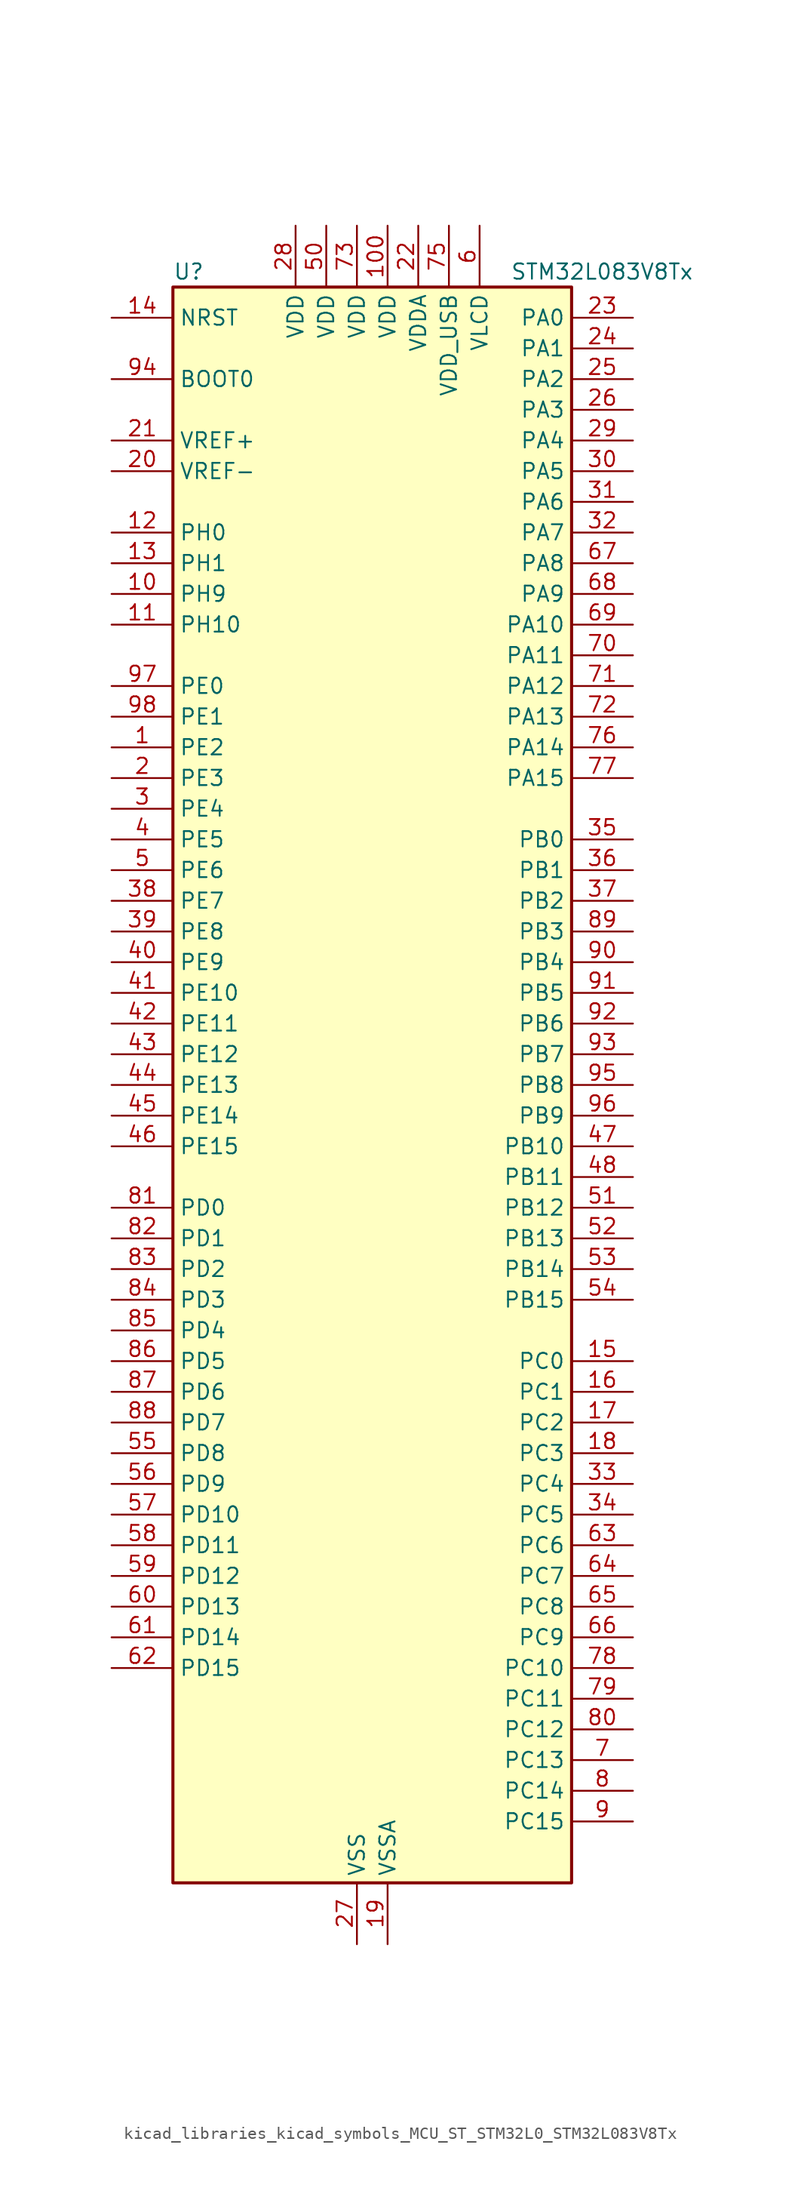
<source format=kicad_sym>
(kicad_symbol_lib
  (version 20220914)
  (generator kicad_symbol_editor)
  (symbol "kicad_libraries_kicad_symbols_MCU_ST_STM32L0_STM32L083V8Tx"
    (property "Reference" "U"
      (at -15.24 67.31 0)
      (effects (font (size 1.27 1.27)) (justify left)))
    (property "Value" "STM32L083V8Tx"
      (at 12.7 67.31 0)
      (effects (font (size 1.27 1.27)) (justify left)))
    (property "ki_locked" ""
      (at 0 0 0)
      (effects (font (size 1.27 1.27))))
    (symbol "kicad_libraries_kicad_symbols_MCU_ST_STM32L0_STM32L083V8Tx_0_1"
      (rectangle (start -15.24 -66.04) (end 17.78 66.04) (stroke (width 0.254) (type default)) (fill (type background))))
    (symbol "kicad_libraries_kicad_symbols_MCU_ST_STM32L0_STM32L083V8Tx_1_1"
      (pin bidirectional line (at -20.32 27.94 0) (length 5.08) (name "PE2" (effects (font (size 1.27 1.27)))) (number "1" (effects (font (size 1.27 1.27)))) (alternate "LCD_SEG38" bidirectional line) (alternate "TIM3_ETR" bidirectional line))
      (pin bidirectional line (at -20.32 40.64 0) (length 5.08) (name "PH9" (effects (font (size 1.27 1.27)))) (number "10" (effects (font (size 1.27 1.27)))) (alternate "DAC_EXTI9" bidirectional line))
      (pin power_in line (at 2.54 71.12 270) (length 5.08) (name "VDD" (effects (font (size 1.27 1.27)))) (number "100" (effects (font (size 1.27 1.27)))))
      (pin bidirectional line (at -20.32 38.1 0) (length 5.08) (name "PH10" (effects (font (size 1.27 1.27)))) (number "11" (effects (font (size 1.27 1.27)))))
      (pin bidirectional line (at -20.32 45.72 0) (length 5.08) (name "PH0" (effects (font (size 1.27 1.27)))) (number "12" (effects (font (size 1.27 1.27)))) (alternate "CRS_SYNC" bidirectional line) (alternate "RCC_OSC_IN" bidirectional line))
      (pin bidirectional line (at -20.32 43.18 0) (length 5.08) (name "PH1" (effects (font (size 1.27 1.27)))) (number "13" (effects (font (size 1.27 1.27)))) (alternate "RCC_OSC_OUT" bidirectional line))
      (pin input line (at -20.32 63.5 0) (length 5.08) (name "NRST" (effects (font (size 1.27 1.27)))) (number "14" (effects (font (size 1.27 1.27)))))
      (pin bidirectional line (at 22.86 -22.86 180) (length 5.08) (name "PC0" (effects (font (size 1.27 1.27)))) (number "15" (effects (font (size 1.27 1.27)))) (alternate "ADC_IN10" bidirectional line) (alternate "I2C3_SCL" bidirectional line) (alternate "LCD_SEG18" bidirectional line) (alternate "LPTIM1_IN1" bidirectional line) (alternate "LPUART1_RX" bidirectional line) (alternate "TSC_G7_IO1" bidirectional line))
      (pin bidirectional line (at 22.86 -25.4 180) (length 5.08) (name "PC1" (effects (font (size 1.27 1.27)))) (number "16" (effects (font (size 1.27 1.27)))) (alternate "ADC_IN11" bidirectional line) (alternate "I2C3_SDA" bidirectional line) (alternate "LCD_SEG19" bidirectional line) (alternate "LPTIM1_OUT" bidirectional line) (alternate "LPUART1_TX" bidirectional line) (alternate "TSC_G7_IO2" bidirectional line))
      (pin bidirectional line (at 22.86 -27.94 180) (length 5.08) (name "PC2" (effects (font (size 1.27 1.27)))) (number "17" (effects (font (size 1.27 1.27)))) (alternate "ADC_IN12" bidirectional line) (alternate "I2S2_MCK" bidirectional line) (alternate "LCD_SEG20" bidirectional line) (alternate "LPTIM1_IN2" bidirectional line) (alternate "SPI2_MISO" bidirectional line) (alternate "TSC_G7_IO3" bidirectional line))
      (pin bidirectional line (at 22.86 -30.48 180) (length 5.08) (name "PC3" (effects (font (size 1.27 1.27)))) (number "18" (effects (font (size 1.27 1.27)))) (alternate "ADC_IN13" bidirectional line) (alternate "I2S2_SD" bidirectional line) (alternate "LCD_SEG21" bidirectional line) (alternate "LPTIM1_ETR" bidirectional line) (alternate "SPI2_MOSI" bidirectional line) (alternate "TSC_G7_IO4" bidirectional line))
      (pin power_in line (at 2.54 -71.12 90) (length 5.08) (name "VSSA" (effects (font (size 1.27 1.27)))) (number "19" (effects (font (size 1.27 1.27)))))
      (pin bidirectional line (at -20.32 25.4 0) (length 5.08) (name "PE3" (effects (font (size 1.27 1.27)))) (number "2" (effects (font (size 1.27 1.27)))) (alternate "LCD_SEG39" bidirectional line) (alternate "TIM22_CH1" bidirectional line) (alternate "TIM3_CH1" bidirectional line))
      (pin input line (at -20.32 50.8 0) (length 5.08) (name "VREF-" (effects (font (size 1.27 1.27)))) (number "20" (effects (font (size 1.27 1.27)))))
      (pin input line (at -20.32 53.34 0) (length 5.08) (name "VREF+" (effects (font (size 1.27 1.27)))) (number "21" (effects (font (size 1.27 1.27)))))
      (pin power_in line (at 5.08 71.12 270) (length 5.08) (name "VDDA" (effects (font (size 1.27 1.27)))) (number "22" (effects (font (size 1.27 1.27)))))
      (pin bidirectional line (at 22.86 63.5 180) (length 5.08) (name "PA0" (effects (font (size 1.27 1.27)))) (number "23" (effects (font (size 1.27 1.27)))) (alternate "ADC_IN0" bidirectional line) (alternate "COMP1_INM" bidirectional line) (alternate "COMP1_OUT" bidirectional line) (alternate "RTC_TAMP2" bidirectional line) (alternate "SYS_WKUP1" bidirectional line) (alternate "TIM2_CH1" bidirectional line) (alternate "TIM2_ETR" bidirectional line) (alternate "TSC_G1_IO1" bidirectional line) (alternate "USART2_CTS" bidirectional line) (alternate "USART4_TX" bidirectional line))
      (pin bidirectional line (at 22.86 60.96 180) (length 5.08) (name "PA1" (effects (font (size 1.27 1.27)))) (number "24" (effects (font (size 1.27 1.27)))) (alternate "ADC_IN1" bidirectional line) (alternate "COMP1_INP" bidirectional line) (alternate "LCD_SEG0" bidirectional line) (alternate "TIM21_ETR" bidirectional line) (alternate "TIM2_CH2" bidirectional line) (alternate "TSC_G1_IO2" bidirectional line) (alternate "USART2_DE" bidirectional line) (alternate "USART2_RTS" bidirectional line) (alternate "USART4_RX" bidirectional line))
      (pin bidirectional line (at 22.86 58.42 180) (length 5.08) (name "PA2" (effects (font (size 1.27 1.27)))) (number "25" (effects (font (size 1.27 1.27)))) (alternate "ADC_IN2" bidirectional line) (alternate "COMP2_INM" bidirectional line) (alternate "COMP2_OUT" bidirectional line) (alternate "LCD_SEG1" bidirectional line) (alternate "LPUART1_TX" bidirectional line) (alternate "TIM21_CH1" bidirectional line) (alternate "TIM2_CH3" bidirectional line) (alternate "TSC_G1_IO3" bidirectional line) (alternate "USART2_TX" bidirectional line))
      (pin bidirectional line (at 22.86 55.88 180) (length 5.08) (name "PA3" (effects (font (size 1.27 1.27)))) (number "26" (effects (font (size 1.27 1.27)))) (alternate "ADC_IN3" bidirectional line) (alternate "COMP2_INP" bidirectional line) (alternate "LCD_SEG2" bidirectional line) (alternate "LPUART1_RX" bidirectional line) (alternate "TIM21_CH2" bidirectional line) (alternate "TIM2_CH4" bidirectional line) (alternate "TSC_G1_IO4" bidirectional line) (alternate "USART2_RX" bidirectional line))
      (pin power_in line (at 0 -71.12 90) (length 5.08) (name "VSS" (effects (font (size 1.27 1.27)))) (number "27" (effects (font (size 1.27 1.27)))))
      (pin power_in line (at -5.08 71.12 270) (length 5.08) (name "VDD" (effects (font (size 1.27 1.27)))) (number "28" (effects (font (size 1.27 1.27)))))
      (pin bidirectional line (at 22.86 53.34 180) (length 5.08) (name "PA4" (effects (font (size 1.27 1.27)))) (number "29" (effects (font (size 1.27 1.27)))) (alternate "ADC_IN4" bidirectional line) (alternate "COMP1_INM" bidirectional line) (alternate "COMP2_INM" bidirectional line) (alternate "DAC_OUT1" bidirectional line) (alternate "SPI1_NSS" bidirectional line) (alternate "TIM22_ETR" bidirectional line) (alternate "TSC_G2_IO1" bidirectional line) (alternate "USART2_CK" bidirectional line))
      (pin bidirectional line (at -20.32 22.86 0) (length 5.08) (name "PE4" (effects (font (size 1.27 1.27)))) (number "3" (effects (font (size 1.27 1.27)))) (alternate "TIM22_CH2" bidirectional line) (alternate "TIM3_CH2" bidirectional line))
      (pin bidirectional line (at 22.86 50.8 180) (length 5.08) (name "PA5" (effects (font (size 1.27 1.27)))) (number "30" (effects (font (size 1.27 1.27)))) (alternate "ADC_IN5" bidirectional line) (alternate "COMP1_INM" bidirectional line) (alternate "COMP2_INM" bidirectional line) (alternate "DAC_OUT2" bidirectional line) (alternate "SPI1_SCK" bidirectional line) (alternate "TIM2_CH1" bidirectional line) (alternate "TIM2_ETR" bidirectional line) (alternate "TSC_G2_IO2" bidirectional line))
      (pin bidirectional line (at 22.86 48.26 180) (length 5.08) (name "PA6" (effects (font (size 1.27 1.27)))) (number "31" (effects (font (size 1.27 1.27)))) (alternate "ADC_IN6" bidirectional line) (alternate "COMP1_OUT" bidirectional line) (alternate "LCD_SEG3" bidirectional line) (alternate "LPUART1_CTS" bidirectional line) (alternate "SPI1_MISO" bidirectional line) (alternate "TIM22_CH1" bidirectional line) (alternate "TIM3_CH1" bidirectional line) (alternate "TSC_G2_IO3" bidirectional line))
      (pin bidirectional line (at 22.86 45.72 180) (length 5.08) (name "PA7" (effects (font (size 1.27 1.27)))) (number "32" (effects (font (size 1.27 1.27)))) (alternate "ADC_IN7" bidirectional line) (alternate "COMP2_OUT" bidirectional line) (alternate "LCD_SEG4" bidirectional line) (alternate "SPI1_MOSI" bidirectional line) (alternate "TIM22_CH2" bidirectional line) (alternate "TIM3_CH2" bidirectional line) (alternate "TSC_G2_IO4" bidirectional line))
      (pin bidirectional line (at 22.86 -33.02 180) (length 5.08) (name "PC4" (effects (font (size 1.27 1.27)))) (number "33" (effects (font (size 1.27 1.27)))) (alternate "ADC_IN14" bidirectional line) (alternate "LCD_SEG22" bidirectional line) (alternate "LPUART1_TX" bidirectional line))
      (pin bidirectional line (at 22.86 -35.56 180) (length 5.08) (name "PC5" (effects (font (size 1.27 1.27)))) (number "34" (effects (font (size 1.27 1.27)))) (alternate "ADC_IN15" bidirectional line) (alternate "LCD_SEG23" bidirectional line) (alternate "LPUART1_RX" bidirectional line) (alternate "TSC_G3_IO1" bidirectional line))
      (pin bidirectional line (at 22.86 20.32 180) (length 5.08) (name "PB0" (effects (font (size 1.27 1.27)))) (number "35" (effects (font (size 1.27 1.27)))) (alternate "ADC_IN8" bidirectional line) (alternate "LCD_SEG5" bidirectional line) (alternate "LCD_VLCD3" bidirectional line) (alternate "SYS_VREF_OUT_PB0" bidirectional line) (alternate "TIM3_CH3" bidirectional line) (alternate "TSC_G3_IO2" bidirectional line))
      (pin bidirectional line (at 22.86 17.78 180) (length 5.08) (name "PB1" (effects (font (size 1.27 1.27)))) (number "36" (effects (font (size 1.27 1.27)))) (alternate "ADC_IN9" bidirectional line) (alternate "LCD_SEG6" bidirectional line) (alternate "LPUART1_DE" bidirectional line) (alternate "LPUART1_RTS" bidirectional line) (alternate "SYS_VREF_OUT_PB1" bidirectional line) (alternate "TIM3_CH4" bidirectional line) (alternate "TSC_G3_IO3" bidirectional line))
      (pin bidirectional line (at 22.86 15.24 180) (length 5.08) (name "PB2" (effects (font (size 1.27 1.27)))) (number "37" (effects (font (size 1.27 1.27)))) (alternate "I2C3_SMBA" bidirectional line) (alternate "LCD_VLCD2" bidirectional line) (alternate "LPTIM1_OUT" bidirectional line) (alternate "TSC_G3_IO4" bidirectional line))
      (pin bidirectional line (at -20.32 15.24 0) (length 5.08) (name "PE7" (effects (font (size 1.27 1.27)))) (number "38" (effects (font (size 1.27 1.27)))) (alternate "LCD_SEG45" bidirectional line) (alternate "USART5_CK" bidirectional line) (alternate "USART5_DE" bidirectional line) (alternate "USART5_RTS" bidirectional line))
      (pin bidirectional line (at -20.32 12.7 0) (length 5.08) (name "PE8" (effects (font (size 1.27 1.27)))) (number "39" (effects (font (size 1.27 1.27)))) (alternate "LCD_SEG46" bidirectional line) (alternate "USART4_TX" bidirectional line))
      (pin bidirectional line (at -20.32 20.32 0) (length 5.08) (name "PE5" (effects (font (size 1.27 1.27)))) (number "4" (effects (font (size 1.27 1.27)))) (alternate "TIM21_CH1" bidirectional line) (alternate "TIM3_CH3" bidirectional line))
      (pin bidirectional line (at -20.32 10.16 0) (length 5.08) (name "PE9" (effects (font (size 1.27 1.27)))) (number "40" (effects (font (size 1.27 1.27)))) (alternate "DAC_EXTI9" bidirectional line) (alternate "LCD_SEG47" bidirectional line) (alternate "TIM2_CH1" bidirectional line) (alternate "TIM2_ETR" bidirectional line) (alternate "USART4_RX" bidirectional line))
      (pin bidirectional line (at -20.32 7.62 0) (length 5.08) (name "PE10" (effects (font (size 1.27 1.27)))) (number "41" (effects (font (size 1.27 1.27)))) (alternate "LCD_SEG40" bidirectional line) (alternate "TIM2_CH2" bidirectional line) (alternate "USART5_TX" bidirectional line))
      (pin bidirectional line (at -20.32 5.08 0) (length 5.08) (name "PE11" (effects (font (size 1.27 1.27)))) (number "42" (effects (font (size 1.27 1.27)))) (alternate "ADC_EXTI11" bidirectional line) (alternate "LCD_VLCD1" bidirectional line) (alternate "TIM2_CH3" bidirectional line) (alternate "USART5_RX" bidirectional line))
      (pin bidirectional line (at -20.32 2.54 0) (length 5.08) (name "PE12" (effects (font (size 1.27 1.27)))) (number "43" (effects (font (size 1.27 1.27)))) (alternate "LCD_VLCD3" bidirectional line) (alternate "SPI1_NSS" bidirectional line) (alternate "TIM2_CH4" bidirectional line))
      (pin bidirectional line (at -20.32 0 0) (length 5.08) (name "PE13" (effects (font (size 1.27 1.27)))) (number "44" (effects (font (size 1.27 1.27)))) (alternate "LCD_SEG41" bidirectional line) (alternate "SPI1_SCK" bidirectional line))
      (pin bidirectional line (at -20.32 -2.54 0) (length 5.08) (name "PE14" (effects (font (size 1.27 1.27)))) (number "45" (effects (font (size 1.27 1.27)))) (alternate "LCD_SEG42" bidirectional line) (alternate "SPI1_MISO" bidirectional line))
      (pin bidirectional line (at -20.32 -5.08 0) (length 5.08) (name "PE15" (effects (font (size 1.27 1.27)))) (number "46" (effects (font (size 1.27 1.27)))) (alternate "LCD_SEG43" bidirectional line) (alternate "SPI1_MOSI" bidirectional line))
      (pin bidirectional line (at 22.86 -5.08 180) (length 5.08) (name "PB10" (effects (font (size 1.27 1.27)))) (number "47" (effects (font (size 1.27 1.27)))) (alternate "I2C2_SCL" bidirectional line) (alternate "LCD_SEG10" bidirectional line) (alternate "LPUART1_RX" bidirectional line) (alternate "LPUART1_TX" bidirectional line) (alternate "SPI2_SCK" bidirectional line) (alternate "TIM2_CH3" bidirectional line) (alternate "TSC_SYNC" bidirectional line))
      (pin bidirectional line (at 22.86 -7.62 180) (length 5.08) (name "PB11" (effects (font (size 1.27 1.27)))) (number "48" (effects (font (size 1.27 1.27)))) (alternate "ADC_EXTI11" bidirectional line) (alternate "I2C2_SDA" bidirectional line) (alternate "LCD_SEG11" bidirectional line) (alternate "LPUART1_RX" bidirectional line) (alternate "LPUART1_TX" bidirectional line) (alternate "TIM2_CH4" bidirectional line) (alternate "TSC_G6_IO1" bidirectional line))
      (pin passive line (at 0 -71.12 90) (length 5.08) hide (name "VSS" (effects (font (size 1.27 1.27)))) (number "49" (effects (font (size 1.27 1.27)))))
      (pin bidirectional line (at -20.32 17.78 0) (length 5.08) (name "PE6" (effects (font (size 1.27 1.27)))) (number "5" (effects (font (size 1.27 1.27)))) (alternate "RTC_TAMP3" bidirectional line) (alternate "SYS_WKUP3" bidirectional line) (alternate "TIM21_CH2" bidirectional line) (alternate "TIM3_CH4" bidirectional line))
      (pin power_in line (at -2.54 71.12 270) (length 5.08) (name "VDD" (effects (font (size 1.27 1.27)))) (number "50" (effects (font (size 1.27 1.27)))))
      (pin bidirectional line (at 22.86 -10.16 180) (length 5.08) (name "PB12" (effects (font (size 1.27 1.27)))) (number "51" (effects (font (size 1.27 1.27)))) (alternate "I2S2_WS" bidirectional line) (alternate "LCD_SEG12" bidirectional line) (alternate "LCD_VLCD2" bidirectional line) (alternate "LPUART1_DE" bidirectional line) (alternate "LPUART1_RTS" bidirectional line) (alternate "SPI2_NSS" bidirectional line) (alternate "TSC_G6_IO2" bidirectional line))
      (pin bidirectional line (at 22.86 -12.7 180) (length 5.08) (name "PB13" (effects (font (size 1.27 1.27)))) (number "52" (effects (font (size 1.27 1.27)))) (alternate "I2C2_SCL" bidirectional line) (alternate "I2S2_CK" bidirectional line) (alternate "LCD_SEG13" bidirectional line) (alternate "LPUART1_CTS" bidirectional line) (alternate "RCC_MCO" bidirectional line) (alternate "SPI2_SCK" bidirectional line) (alternate "TIM21_CH1" bidirectional line) (alternate "TSC_G6_IO3" bidirectional line))
      (pin bidirectional line (at 22.86 -15.24 180) (length 5.08) (name "PB14" (effects (font (size 1.27 1.27)))) (number "53" (effects (font (size 1.27 1.27)))) (alternate "I2C2_SDA" bidirectional line) (alternate "I2S2_MCK" bidirectional line) (alternate "LCD_SEG14" bidirectional line) (alternate "LPUART1_DE" bidirectional line) (alternate "LPUART1_RTS" bidirectional line) (alternate "RTC_OUT_ALARM" bidirectional line) (alternate "RTC_OUT_CALIB" bidirectional line) (alternate "SPI2_MISO" bidirectional line) (alternate "TIM21_CH2" bidirectional line) (alternate "TSC_G6_IO4" bidirectional line))
      (pin bidirectional line (at 22.86 -17.78 180) (length 5.08) (name "PB15" (effects (font (size 1.27 1.27)))) (number "54" (effects (font (size 1.27 1.27)))) (alternate "I2S2_SD" bidirectional line) (alternate "LCD_SEG15" bidirectional line) (alternate "RTC_REFIN" bidirectional line) (alternate "SPI2_MOSI" bidirectional line))
      (pin bidirectional line (at -20.32 -30.48 0) (length 5.08) (name "PD8" (effects (font (size 1.27 1.27)))) (number "55" (effects (font (size 1.27 1.27)))) (alternate "LCD_SEG28" bidirectional line) (alternate "LPUART1_TX" bidirectional line))
      (pin bidirectional line (at -20.32 -33.02 0) (length 5.08) (name "PD9" (effects (font (size 1.27 1.27)))) (number "56" (effects (font (size 1.27 1.27)))) (alternate "DAC_EXTI9" bidirectional line) (alternate "LCD_SEG29" bidirectional line) (alternate "LPUART1_RX" bidirectional line))
      (pin bidirectional line (at -20.32 -35.56 0) (length 5.08) (name "PD10" (effects (font (size 1.27 1.27)))) (number "57" (effects (font (size 1.27 1.27)))) (alternate "LCD_SEG30" bidirectional line))
      (pin bidirectional line (at -20.32 -38.1 0) (length 5.08) (name "PD11" (effects (font (size 1.27 1.27)))) (number "58" (effects (font (size 1.27 1.27)))) (alternate "ADC_EXTI11" bidirectional line) (alternate "LCD_SEG31" bidirectional line) (alternate "LPUART1_CTS" bidirectional line))
      (pin bidirectional line (at -20.32 -40.64 0) (length 5.08) (name "PD12" (effects (font (size 1.27 1.27)))) (number "59" (effects (font (size 1.27 1.27)))) (alternate "LCD_SEG32" bidirectional line) (alternate "LPUART1_DE" bidirectional line) (alternate "LPUART1_RTS" bidirectional line))
      (pin power_in line (at 10.16 71.12 270) (length 5.08) (name "VLCD" (effects (font (size 1.27 1.27)))) (number "6" (effects (font (size 1.27 1.27)))))
      (pin bidirectional line (at -20.32 -43.18 0) (length 5.08) (name "PD13" (effects (font (size 1.27 1.27)))) (number "60" (effects (font (size 1.27 1.27)))) (alternate "LCD_SEG33" bidirectional line))
      (pin bidirectional line (at -20.32 -45.72 0) (length 5.08) (name "PD14" (effects (font (size 1.27 1.27)))) (number "61" (effects (font (size 1.27 1.27)))) (alternate "LCD_SEG34" bidirectional line))
      (pin bidirectional line (at -20.32 -48.26 0) (length 5.08) (name "PD15" (effects (font (size 1.27 1.27)))) (number "62" (effects (font (size 1.27 1.27)))) (alternate "CRS_SYNC" bidirectional line) (alternate "LCD_SEG35" bidirectional line))
      (pin bidirectional line (at 22.86 -38.1 180) (length 5.08) (name "PC6" (effects (font (size 1.27 1.27)))) (number "63" (effects (font (size 1.27 1.27)))) (alternate "LCD_SEG24" bidirectional line) (alternate "TIM22_CH1" bidirectional line) (alternate "TIM3_CH1" bidirectional line) (alternate "TSC_G8_IO1" bidirectional line))
      (pin bidirectional line (at 22.86 -40.64 180) (length 5.08) (name "PC7" (effects (font (size 1.27 1.27)))) (number "64" (effects (font (size 1.27 1.27)))) (alternate "LCD_SEG25" bidirectional line) (alternate "TIM22_CH2" bidirectional line) (alternate "TIM3_CH2" bidirectional line) (alternate "TSC_G8_IO2" bidirectional line))
      (pin bidirectional line (at 22.86 -43.18 180) (length 5.08) (name "PC8" (effects (font (size 1.27 1.27)))) (number "65" (effects (font (size 1.27 1.27)))) (alternate "LCD_SEG26" bidirectional line) (alternate "TIM22_ETR" bidirectional line) (alternate "TIM3_CH3" bidirectional line) (alternate "TSC_G8_IO3" bidirectional line))
      (pin bidirectional line (at 22.86 -45.72 180) (length 5.08) (name "PC9" (effects (font (size 1.27 1.27)))) (number "66" (effects (font (size 1.27 1.27)))) (alternate "DAC_EXTI9" bidirectional line) (alternate "I2C3_SDA" bidirectional line) (alternate "LCD_SEG27" bidirectional line) (alternate "TIM21_ETR" bidirectional line) (alternate "TIM3_CH4" bidirectional line) (alternate "TSC_G8_IO4" bidirectional line) (alternate "USB_NOE" bidirectional line))
      (pin bidirectional line (at 22.86 43.18 180) (length 5.08) (name "PA8" (effects (font (size 1.27 1.27)))) (number "67" (effects (font (size 1.27 1.27)))) (alternate "CRS_SYNC" bidirectional line) (alternate "I2C3_SCL" bidirectional line) (alternate "LCD_COM0" bidirectional line) (alternate "RCC_MCO" bidirectional line) (alternate "USART1_CK" bidirectional line))
      (pin bidirectional line (at 22.86 40.64 180) (length 5.08) (name "PA9" (effects (font (size 1.27 1.27)))) (number "68" (effects (font (size 1.27 1.27)))) (alternate "DAC_EXTI9" bidirectional line) (alternate "I2C1_SCL" bidirectional line) (alternate "I2C3_SMBA" bidirectional line) (alternate "LCD_COM1" bidirectional line) (alternate "RCC_MCO" bidirectional line) (alternate "TSC_G4_IO1" bidirectional line) (alternate "USART1_TX" bidirectional line))
      (pin bidirectional line (at 22.86 38.1 180) (length 5.08) (name "PA10" (effects (font (size 1.27 1.27)))) (number "69" (effects (font (size 1.27 1.27)))) (alternate "I2C1_SDA" bidirectional line) (alternate "LCD_COM2" bidirectional line) (alternate "TSC_G4_IO2" bidirectional line) (alternate "USART1_RX" bidirectional line))
      (pin bidirectional line (at 22.86 -55.88 180) (length 5.08) (name "PC13" (effects (font (size 1.27 1.27)))) (number "7" (effects (font (size 1.27 1.27)))) (alternate "RTC_OUT_ALARM" bidirectional line) (alternate "RTC_OUT_CALIB" bidirectional line) (alternate "RTC_TAMP1" bidirectional line) (alternate "RTC_TS" bidirectional line) (alternate "SYS_WKUP2" bidirectional line))
      (pin bidirectional line (at 22.86 35.56 180) (length 5.08) (name "PA11" (effects (font (size 1.27 1.27)))) (number "70" (effects (font (size 1.27 1.27)))) (alternate "ADC_EXTI11" bidirectional line) (alternate "COMP1_OUT" bidirectional line) (alternate "SPI1_MISO" bidirectional line) (alternate "TSC_G4_IO3" bidirectional line) (alternate "USART1_CTS" bidirectional line) (alternate "USB_DM" bidirectional line))
      (pin bidirectional line (at 22.86 33.02 180) (length 5.08) (name "PA12" (effects (font (size 1.27 1.27)))) (number "71" (effects (font (size 1.27 1.27)))) (alternate "COMP2_OUT" bidirectional line) (alternate "SPI1_MOSI" bidirectional line) (alternate "TSC_G4_IO4" bidirectional line) (alternate "USART1_DE" bidirectional line) (alternate "USART1_RTS" bidirectional line) (alternate "USB_DP" bidirectional line))
      (pin bidirectional line (at 22.86 30.48 180) (length 5.08) (name "PA13" (effects (font (size 1.27 1.27)))) (number "72" (effects (font (size 1.27 1.27)))) (alternate "LPUART1_RX" bidirectional line) (alternate "SYS_SWDIO" bidirectional line) (alternate "USB_NOE" bidirectional line))
      (pin power_in line (at 0 71.12 270) (length 5.08) (name "VDD" (effects (font (size 1.27 1.27)))) (number "73" (effects (font (size 1.27 1.27)))))
      (pin passive line (at 0 -71.12 90) (length 5.08) hide (name "VSS" (effects (font (size 1.27 1.27)))) (number "74" (effects (font (size 1.27 1.27)))))
      (pin power_in line (at 7.62 71.12 270) (length 5.08) (name "VDD_USB" (effects (font (size 1.27 1.27)))) (number "75" (effects (font (size 1.27 1.27)))))
      (pin bidirectional line (at 22.86 27.94 180) (length 5.08) (name "PA14" (effects (font (size 1.27 1.27)))) (number "76" (effects (font (size 1.27 1.27)))) (alternate "LPUART1_TX" bidirectional line) (alternate "SYS_SWCLK" bidirectional line) (alternate "USART2_TX" bidirectional line))
      (pin bidirectional line (at 22.86 25.4 180) (length 5.08) (name "PA15" (effects (font (size 1.27 1.27)))) (number "77" (effects (font (size 1.27 1.27)))) (alternate "LCD_SEG17" bidirectional line) (alternate "SPI1_NSS" bidirectional line) (alternate "TIM2_CH1" bidirectional line) (alternate "TIM2_ETR" bidirectional line) (alternate "USART2_RX" bidirectional line) (alternate "USART4_DE" bidirectional line) (alternate "USART4_RTS" bidirectional line))
      (pin bidirectional line (at 22.86 -48.26 180) (length 5.08) (name "PC10" (effects (font (size 1.27 1.27)))) (number "78" (effects (font (size 1.27 1.27)))) (alternate "LCD_COM4" bidirectional line) (alternate "LCD_SEG28" bidirectional line) (alternate "LCD_SEG48" bidirectional line) (alternate "LPUART1_TX" bidirectional line) (alternate "USART4_TX" bidirectional line))
      (pin bidirectional line (at 22.86 -50.8 180) (length 5.08) (name "PC11" (effects (font (size 1.27 1.27)))) (number "79" (effects (font (size 1.27 1.27)))) (alternate "ADC_EXTI11" bidirectional line) (alternate "LCD_COM5" bidirectional line) (alternate "LCD_SEG29" bidirectional line) (alternate "LCD_SEG49" bidirectional line) (alternate "LPUART1_RX" bidirectional line) (alternate "USART4_RX" bidirectional line))
      (pin bidirectional line (at 22.86 -58.42 180) (length 5.08) (name "PC14" (effects (font (size 1.27 1.27)))) (number "8" (effects (font (size 1.27 1.27)))) (alternate "RCC_OSC32_IN" bidirectional line))
      (pin bidirectional line (at 22.86 -53.34 180) (length 5.08) (name "PC12" (effects (font (size 1.27 1.27)))) (number "80" (effects (font (size 1.27 1.27)))) (alternate "LCD_COM6" bidirectional line) (alternate "LCD_SEG30" bidirectional line) (alternate "LCD_SEG50" bidirectional line) (alternate "USART4_CK" bidirectional line) (alternate "USART5_TX" bidirectional line))
      (pin bidirectional line (at -20.32 -10.16 0) (length 5.08) (name "PD0" (effects (font (size 1.27 1.27)))) (number "81" (effects (font (size 1.27 1.27)))) (alternate "I2S2_WS" bidirectional line) (alternate "SPI2_NSS" bidirectional line) (alternate "TIM21_CH1" bidirectional line))
      (pin bidirectional line (at -20.32 -12.7 0) (length 5.08) (name "PD1" (effects (font (size 1.27 1.27)))) (number "82" (effects (font (size 1.27 1.27)))) (alternate "I2S2_CK" bidirectional line) (alternate "SPI2_SCK" bidirectional line))
      (pin bidirectional line (at -20.32 -15.24 0) (length 5.08) (name "PD2" (effects (font (size 1.27 1.27)))) (number "83" (effects (font (size 1.27 1.27)))) (alternate "LCD_COM7" bidirectional line) (alternate "LCD_SEG31" bidirectional line) (alternate "LCD_SEG51" bidirectional line) (alternate "LPUART1_DE" bidirectional line) (alternate "LPUART1_RTS" bidirectional line) (alternate "TIM3_ETR" bidirectional line) (alternate "USART5_RX" bidirectional line))
      (pin bidirectional line (at -20.32 -17.78 0) (length 5.08) (name "PD3" (effects (font (size 1.27 1.27)))) (number "84" (effects (font (size 1.27 1.27)))) (alternate "I2S2_MCK" bidirectional line) (alternate "LCD_SEG44" bidirectional line) (alternate "SPI2_MISO" bidirectional line) (alternate "USART2_CTS" bidirectional line))
      (pin bidirectional line (at -20.32 -20.32 0) (length 5.08) (name "PD4" (effects (font (size 1.27 1.27)))) (number "85" (effects (font (size 1.27 1.27)))) (alternate "I2S2_SD" bidirectional line) (alternate "SPI2_MOSI" bidirectional line) (alternate "USART2_DE" bidirectional line) (alternate "USART2_RTS" bidirectional line))
      (pin bidirectional line (at -20.32 -22.86 0) (length 5.08) (name "PD5" (effects (font (size 1.27 1.27)))) (number "86" (effects (font (size 1.27 1.27)))) (alternate "USART2_TX" bidirectional line))
      (pin bidirectional line (at -20.32 -25.4 0) (length 5.08) (name "PD6" (effects (font (size 1.27 1.27)))) (number "87" (effects (font (size 1.27 1.27)))) (alternate "USART2_RX" bidirectional line))
      (pin bidirectional line (at -20.32 -27.94 0) (length 5.08) (name "PD7" (effects (font (size 1.27 1.27)))) (number "88" (effects (font (size 1.27 1.27)))) (alternate "TIM21_CH2" bidirectional line) (alternate "USART2_CK" bidirectional line))
      (pin bidirectional line (at 22.86 12.7 180) (length 5.08) (name "PB3" (effects (font (size 1.27 1.27)))) (number "89" (effects (font (size 1.27 1.27)))) (alternate "COMP2_INM" bidirectional line) (alternate "LCD_SEG7" bidirectional line) (alternate "SPI1_SCK" bidirectional line) (alternate "TIM2_CH2" bidirectional line) (alternate "TSC_G5_IO1" bidirectional line) (alternate "USART1_DE" bidirectional line) (alternate "USART1_RTS" bidirectional line) (alternate "USART5_TX" bidirectional line))
      (pin bidirectional line (at 22.86 -60.96 180) (length 5.08) (name "PC15" (effects (font (size 1.27 1.27)))) (number "9" (effects (font (size 1.27 1.27)))) (alternate "RCC_OSC32_OUT" bidirectional line))
      (pin bidirectional line (at 22.86 10.16 180) (length 5.08) (name "PB4" (effects (font (size 1.27 1.27)))) (number "90" (effects (font (size 1.27 1.27)))) (alternate "COMP2_INP" bidirectional line) (alternate "I2C3_SDA" bidirectional line) (alternate "LCD_SEG8" bidirectional line) (alternate "SPI1_MISO" bidirectional line) (alternate "TIM22_CH1" bidirectional line) (alternate "TIM3_CH1" bidirectional line) (alternate "TSC_G5_IO2" bidirectional line) (alternate "USART1_CTS" bidirectional line) (alternate "USART5_RX" bidirectional line))
      (pin bidirectional line (at 22.86 7.62 180) (length 5.08) (name "PB5" (effects (font (size 1.27 1.27)))) (number "91" (effects (font (size 1.27 1.27)))) (alternate "COMP2_INP" bidirectional line) (alternate "I2C1_SMBA" bidirectional line) (alternate "LCD_SEG9" bidirectional line) (alternate "LPTIM1_IN1" bidirectional line) (alternate "SPI1_MOSI" bidirectional line) (alternate "TIM22_CH2" bidirectional line) (alternate "TIM3_CH2" bidirectional line) (alternate "USART1_CK" bidirectional line) (alternate "USART5_CK" bidirectional line) (alternate "USART5_DE" bidirectional line) (alternate "USART5_RTS" bidirectional line))
      (pin bidirectional line (at 22.86 5.08 180) (length 5.08) (name "PB6" (effects (font (size 1.27 1.27)))) (number "92" (effects (font (size 1.27 1.27)))) (alternate "COMP2_INP" bidirectional line) (alternate "I2C1_SCL" bidirectional line) (alternate "LPTIM1_ETR" bidirectional line) (alternate "TSC_G5_IO3" bidirectional line) (alternate "USART1_TX" bidirectional line))
      (pin bidirectional line (at 22.86 2.54 180) (length 5.08) (name "PB7" (effects (font (size 1.27 1.27)))) (number "93" (effects (font (size 1.27 1.27)))) (alternate "COMP2_INP" bidirectional line) (alternate "I2C1_SDA" bidirectional line) (alternate "LPTIM1_IN2" bidirectional line) (alternate "SYS_PVD_IN" bidirectional line) (alternate "TSC_G5_IO4" bidirectional line) (alternate "USART1_RX" bidirectional line) (alternate "USART4_CTS" bidirectional line))
      (pin input line (at -20.32 58.42 0) (length 5.08) (name "BOOT0" (effects (font (size 1.27 1.27)))) (number "94" (effects (font (size 1.27 1.27)))))
      (pin bidirectional line (at 22.86 0 180) (length 5.08) (name "PB8" (effects (font (size 1.27 1.27)))) (number "95" (effects (font (size 1.27 1.27)))) (alternate "I2C1_SCL" bidirectional line) (alternate "LCD_SEG16" bidirectional line) (alternate "TSC_SYNC" bidirectional line))
      (pin bidirectional line (at 22.86 -2.54 180) (length 5.08) (name "PB9" (effects (font (size 1.27 1.27)))) (number "96" (effects (font (size 1.27 1.27)))) (alternate "DAC_EXTI9" bidirectional line) (alternate "I2C1_SDA" bidirectional line) (alternate "I2S2_WS" bidirectional line) (alternate "LCD_COM3" bidirectional line) (alternate "SPI2_NSS" bidirectional line))
      (pin bidirectional line (at -20.32 33.02 0) (length 5.08) (name "PE0" (effects (font (size 1.27 1.27)))) (number "97" (effects (font (size 1.27 1.27)))) (alternate "LCD_SEG36" bidirectional line))
      (pin bidirectional line (at -20.32 30.48 0) (length 5.08) (name "PE1" (effects (font (size 1.27 1.27)))) (number "98" (effects (font (size 1.27 1.27)))) (alternate "LCD_SEG37" bidirectional line))
      (pin passive line (at 0 -71.12 90) (length 5.08) hide (name "VSS" (effects (font (size 1.27 1.27)))) (number "99" (effects (font (size 1.27 1.27))))))))
</source>
